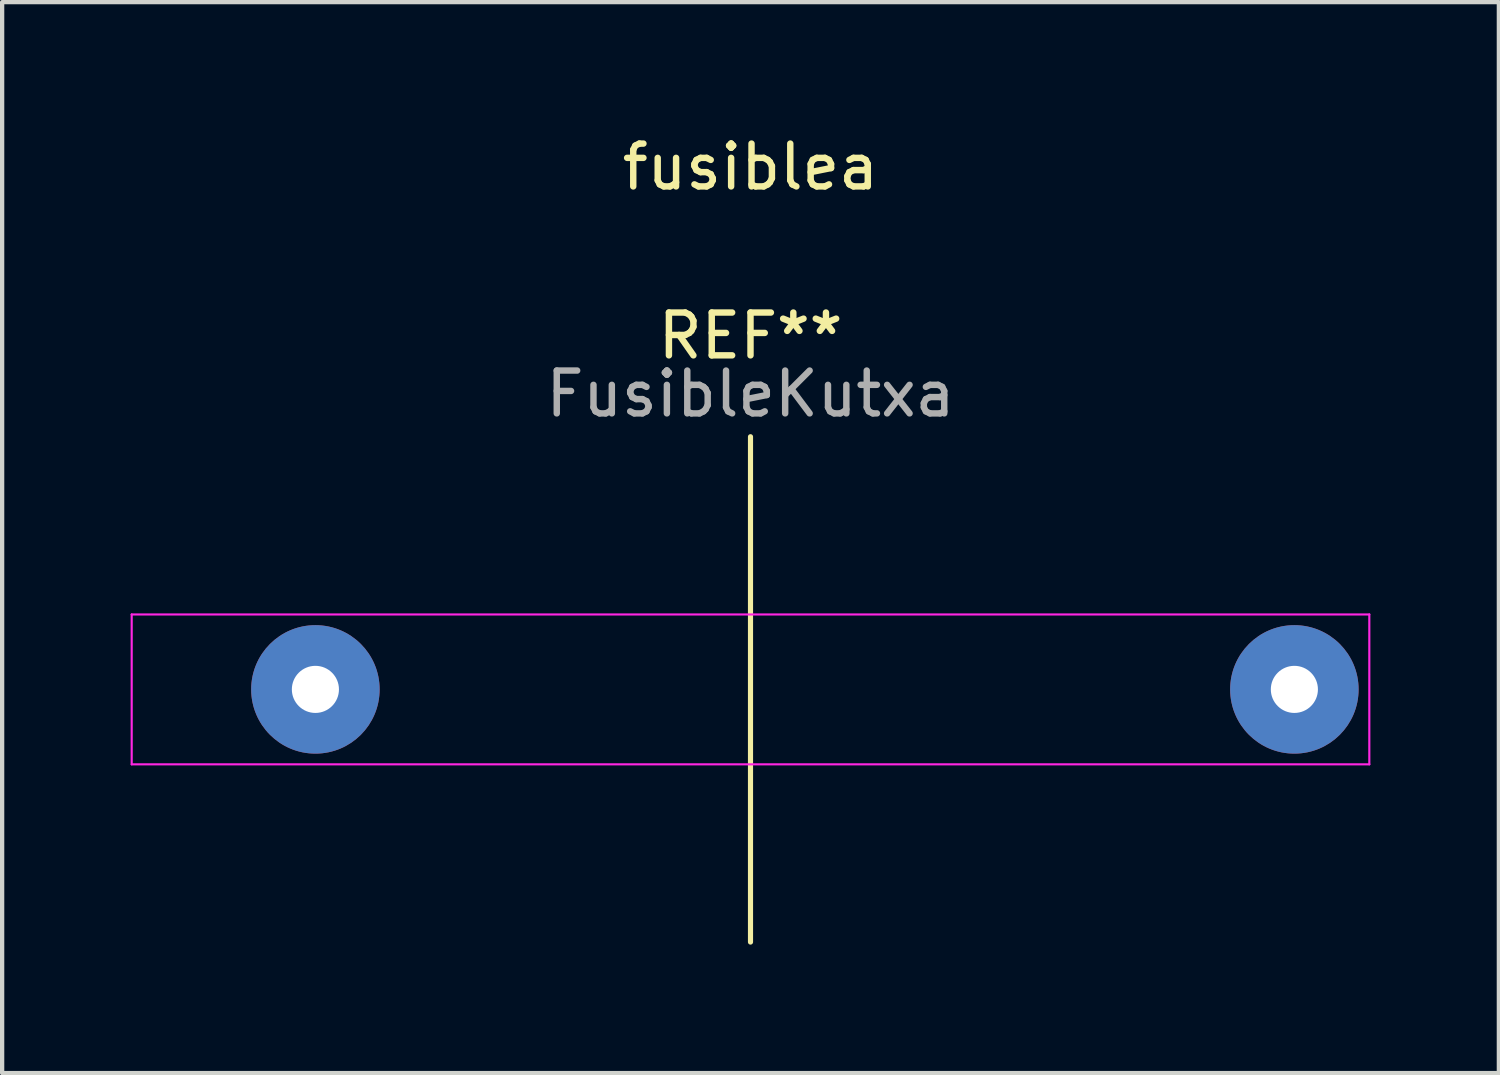
<source format=kicad_pcb>
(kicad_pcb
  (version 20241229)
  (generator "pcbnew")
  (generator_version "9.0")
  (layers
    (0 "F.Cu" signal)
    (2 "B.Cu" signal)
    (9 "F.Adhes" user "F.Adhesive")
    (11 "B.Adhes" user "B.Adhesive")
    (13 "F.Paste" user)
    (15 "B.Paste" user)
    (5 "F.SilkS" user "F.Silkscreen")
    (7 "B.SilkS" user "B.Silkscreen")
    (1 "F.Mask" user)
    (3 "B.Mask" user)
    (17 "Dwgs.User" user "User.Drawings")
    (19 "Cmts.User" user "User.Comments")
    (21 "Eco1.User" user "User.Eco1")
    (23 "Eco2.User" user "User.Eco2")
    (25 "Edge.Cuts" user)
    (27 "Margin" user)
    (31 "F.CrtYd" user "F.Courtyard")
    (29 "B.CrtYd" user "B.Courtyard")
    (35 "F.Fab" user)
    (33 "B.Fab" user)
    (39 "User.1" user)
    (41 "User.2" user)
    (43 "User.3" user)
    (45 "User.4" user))
  (footprint "fusiblea"
    (layer "F.Cu")
    (at 14.475 0.348)
    (property "Reference" "fusiblea" (at 0 0.5 0) (layer "F.SilkS") (effects (font (size 1 1) (thickness 0.15))))
    (attr through_hole)
    (fp_line (start 0 6.8) (end 0 18.6) (stroke (width 0.12) (type solid)) (layer "F.SilkS"))
    (fp_line (start -14.45 10.95) (end 14.45 10.95) (stroke (width 0.05) (type solid)) (layer "F.CrtYd"))
    (fp_line (start -14.45 14.45) (end -14.45 10.95) (stroke (width 0.05) (type solid)) (layer "F.CrtYd"))
    (fp_line (start 14.45 10.95) (end 14.45 14.45) (stroke (width 0.05) (type solid)) (layer "F.CrtYd"))
    (fp_line (start 14.45 14.45) (end -14.45 14.45) (stroke (width 0.05) (type solid)) (layer "F.CrtYd"))
    (fp_text user "REF**" (at 0 4.445 0) (layer "F.SilkS") (effects (font (size 1 1) (thickness 0.15))))
    (fp_text user "FusibleKutxa" (at 0 5.8 0) (layer "F.Fab") (effects (font (size 1 1) (thickness 0.15))))
    (pad "1" thru_hole circle (at -10.16 12.7) (size 3 3) (drill 1.1) (layers "*.Cu" "*.Mask"))
    (pad "2" thru_hole circle (at 12.7 12.7) (size 3 3) (drill 1.1) (layers "*.Cu" "*.Mask")))
  (gr_rect
    (start -3 -3)
    (end 31.95 22.008)
    (stroke (width 0.1) (type default))
    (fill no)
    (layer "Edge.Cuts")))
</source>
